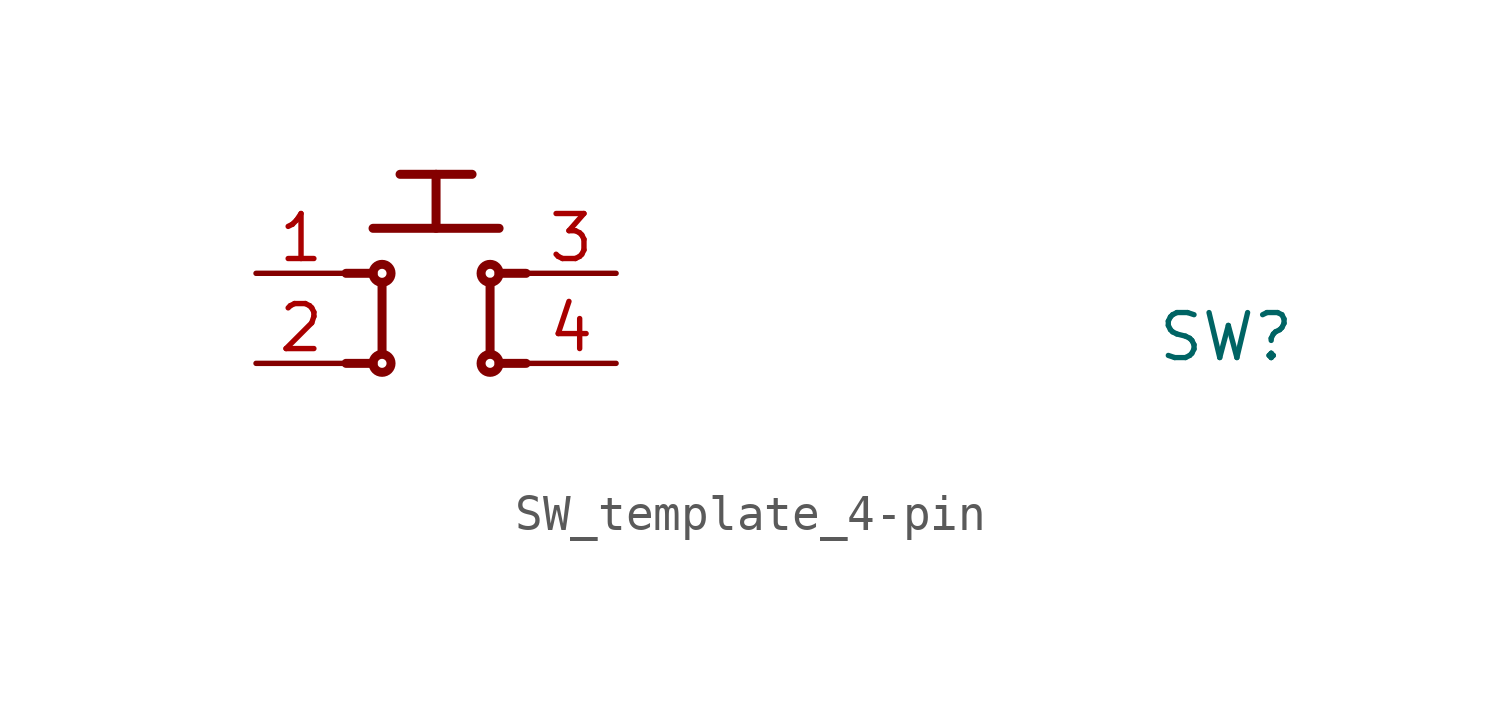
<source format=kicad_sym>
(kicad_symbol_lib
  (version 20220914)
  (generator kicad_symbol_editor)
  (symbol "SW_template_4-pin"
    (pin_names hide)
    (property "Reference" "SW"
      (at 25.4 -2.54 0)
      (effects (font (size 1.27 1.27) (thickness 0.15)) (justify left bottom)))
    (property "MPN" ""
      (at 25.4 -5.08 0)
      (effects (font (size 1.27 1.27) (thickness 0.15)) (justify left bottom)))
    (symbol "SW_template_4-pin_1_1"
      (polyline (pts (xy 2.54 -2.54) (xy 3.302 -2.54)) (stroke (width 0.254) (type default)) (fill (type none)))
      (polyline (pts (xy 2.54 0) (xy 3.302 0)) (stroke (width 0.254) (type default)) (fill (type none)))
      (polyline (pts (xy 3.302 1.27) (xy 6.858 1.27)) (stroke (width 0.254) (type default)) (fill (type none)))
      (polyline (pts (xy 3.556 -0.305) (xy 3.556 -2.184)) (stroke (width 0.254) (type default)) (fill (type none)))
      (polyline (pts (xy 4.064 2.794) (xy 6.096 2.794)) (stroke (width 0.254) (type default)) (fill (type none)))
      (polyline (pts (xy 5.08 1.27) (xy 5.08 2.794)) (stroke (width 0.254) (type default)) (fill (type none)))
      (polyline (pts (xy 6.604 -0.254) (xy 6.604 -2.184)) (stroke (width 0.254) (type default)) (fill (type none)))
      (polyline (pts (xy 7.62 -2.54) (xy 6.858 -2.54)) (stroke (width 0.254) (type default)) (fill (type none)))
      (polyline (pts (xy 7.62 0) (xy 6.858 0)) (stroke (width 0.254) (type default)) (fill (type none)))
      (circle (center 3.556 -2.54) (radius 0.254) (stroke (width 0.254) (type default)) (fill (type none)))
      (circle (center 3.556 0) (radius 0.254) (stroke (width 0.254) (type default)) (fill (type none)))
      (circle (center 6.604 -2.54) (radius 0.254) (stroke (width 0.254) (type default)) (fill (type none)))
      (circle (center 6.604 0) (radius 0.254) (stroke (width 0.254) (type default)) (fill (type none)))
      (pin passive line (at 0 0 0) (length 2.54) (name "1" (effects (font (size 1.27 1.27)))) (number "1" (effects (font (size 1.27 1.27)))))
      (pin passive line (at 0 -2.54 0) (length 2.54) (name "2" (effects (font (size 1.27 1.27)))) (number "2" (effects (font (size 1.27 1.27)))))
      (pin passive line (at 10.16 0 180) (length 2.54) (name "3" (effects (font (size 1.27 1.27)))) (number "3" (effects (font (size 1.27 1.27)))))
      (pin passive line (at 10.16 -2.54 180) (length 2.54) (name "4" (effects (font (size 1.27 1.27)))) (number "4" (effects (font (size 1.27 1.27))))))))
</source>
